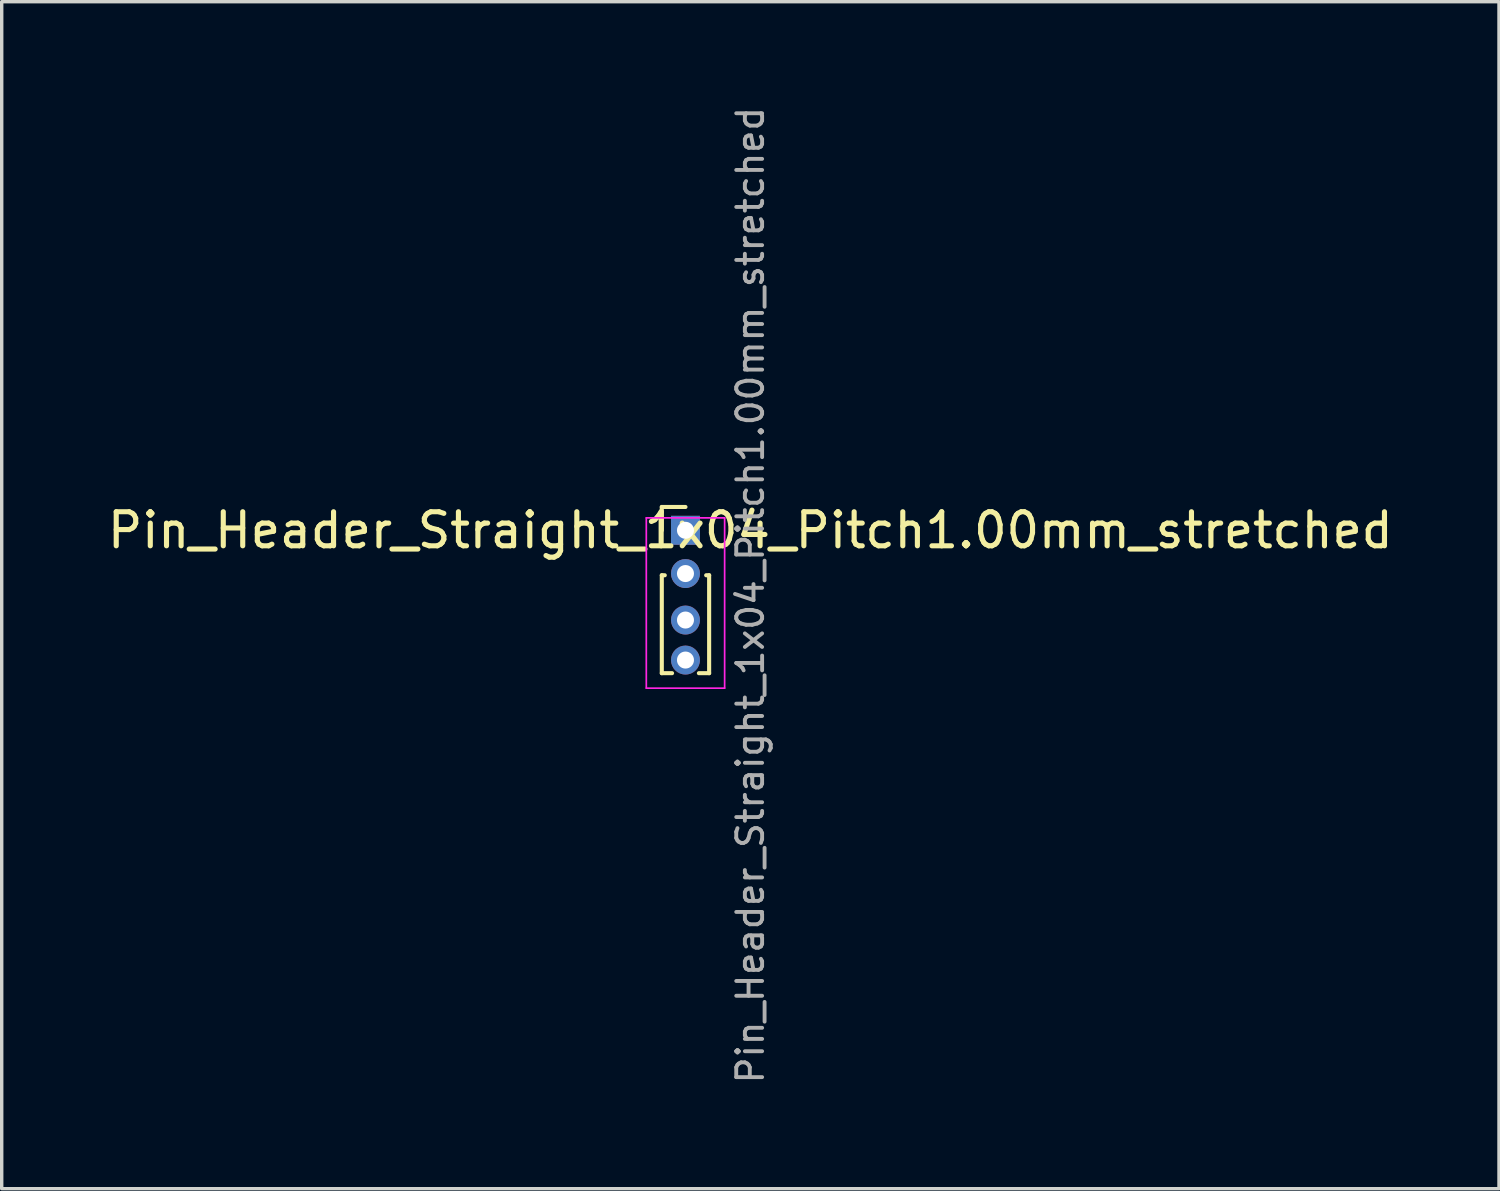
<source format=kicad_pcb>
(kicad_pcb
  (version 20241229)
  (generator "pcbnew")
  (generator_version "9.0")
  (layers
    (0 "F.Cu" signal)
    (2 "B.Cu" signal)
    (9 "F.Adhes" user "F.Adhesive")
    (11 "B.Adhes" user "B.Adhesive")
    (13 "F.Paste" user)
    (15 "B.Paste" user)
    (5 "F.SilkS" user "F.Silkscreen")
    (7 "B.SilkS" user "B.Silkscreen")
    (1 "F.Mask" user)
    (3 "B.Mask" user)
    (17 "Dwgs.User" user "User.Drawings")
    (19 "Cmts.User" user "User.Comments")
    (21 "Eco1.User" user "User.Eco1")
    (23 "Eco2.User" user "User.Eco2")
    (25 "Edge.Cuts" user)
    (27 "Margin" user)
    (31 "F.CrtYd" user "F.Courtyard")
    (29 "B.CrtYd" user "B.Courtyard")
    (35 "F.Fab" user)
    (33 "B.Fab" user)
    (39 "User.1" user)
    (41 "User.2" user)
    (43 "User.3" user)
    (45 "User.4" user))
  (footprint "Pin_Header_Straight_1x04_Pitch1.00mm_stretched"
    (layer "F.Cu")
    (at 17.077 13.156)
    (property "Reference" "Pin_Header_Straight_1x04_Pitch1.00mm_stretched" (at 1.905 -0.635 0) (layer "F.SilkS") (effects (font (size 1 1) (thickness 0.15))))
    (attr through_hole)
    (fp_line (start -0.695 -1.32) (end 0 -1.32) (stroke (width 0.12) (type solid)) (layer "F.SilkS"))
    (fp_line (start -0.695 -0.635) (end -0.695 -1.32) (stroke (width 0.12) (type solid)) (layer "F.SilkS"))
    (fp_line (start -0.695 0.685) (end -0.695 3.56) (stroke (width 0.12) (type solid)) (layer "F.SilkS"))
    (fp_line (start -0.695 0.685) (end -0.608 0.685) (stroke (width 0.12) (type solid)) (layer "F.SilkS"))
    (fp_line (start -0.695 3.56) (end -0.394 3.56) (stroke (width 0.12) (type solid)) (layer "F.SilkS"))
    (fp_line (start 0.394 3.56) (end 0.695 3.56) (stroke (width 0.12) (type solid)) (layer "F.SilkS"))
    (fp_line (start 0.608 0.685) (end 0.695 0.685) (stroke (width 0.12) (type solid)) (layer "F.SilkS"))
    (fp_line (start 0.695 0.685) (end 0.695 3.56) (stroke (width 0.12) (type solid)) (layer "F.SilkS"))
    (fp_line (start -1.15 -1) (end -1.15 4) (stroke (width 0.05) (type solid)) (layer "F.CrtYd"))
    (fp_line (start -1.15 4) (end 1.15 4) (stroke (width 0.05) (type solid)) (layer "F.CrtYd"))
    (fp_line (start 1.15 -1) (end -1.15 -1) (stroke (width 0.05) (type solid)) (layer "F.CrtYd"))
    (fp_line (start 1.15 4) (end 1.15 -1) (stroke (width 0.05) (type solid)) (layer "F.CrtYd"))
    (fp_text user "${REFERENCE}" (at 1.905 1.27 90) (layer "F.Fab") (effects (font (size 0.76 0.76) (thickness 0.114))))
    (pad "1" thru_hole rect (at 0 -0.635) (size 0.85 0.85) (drill 0.5) (layers "*.Cu" "*.Mask"))
    (pad "2" thru_hole oval (at 0 0.635) (size 0.85 0.85) (drill 0.5) (layers "*.Cu" "*.Mask"))
    (pad "3" thru_hole oval (at 0 2) (size 0.85 0.85) (drill 0.5) (layers "*.Cu" "*.Mask"))
    (pad "4" thru_hole oval (at 0 3.175) (size 0.85 0.85) (drill 0.5) (layers "*.Cu" "*.Mask")))
  (gr_rect
    (start -3 -3)
    (end 40.964 31.853)
    (stroke (width 0.1) (type default))
    (fill no)
    (layer "Edge.Cuts")))
</source>
